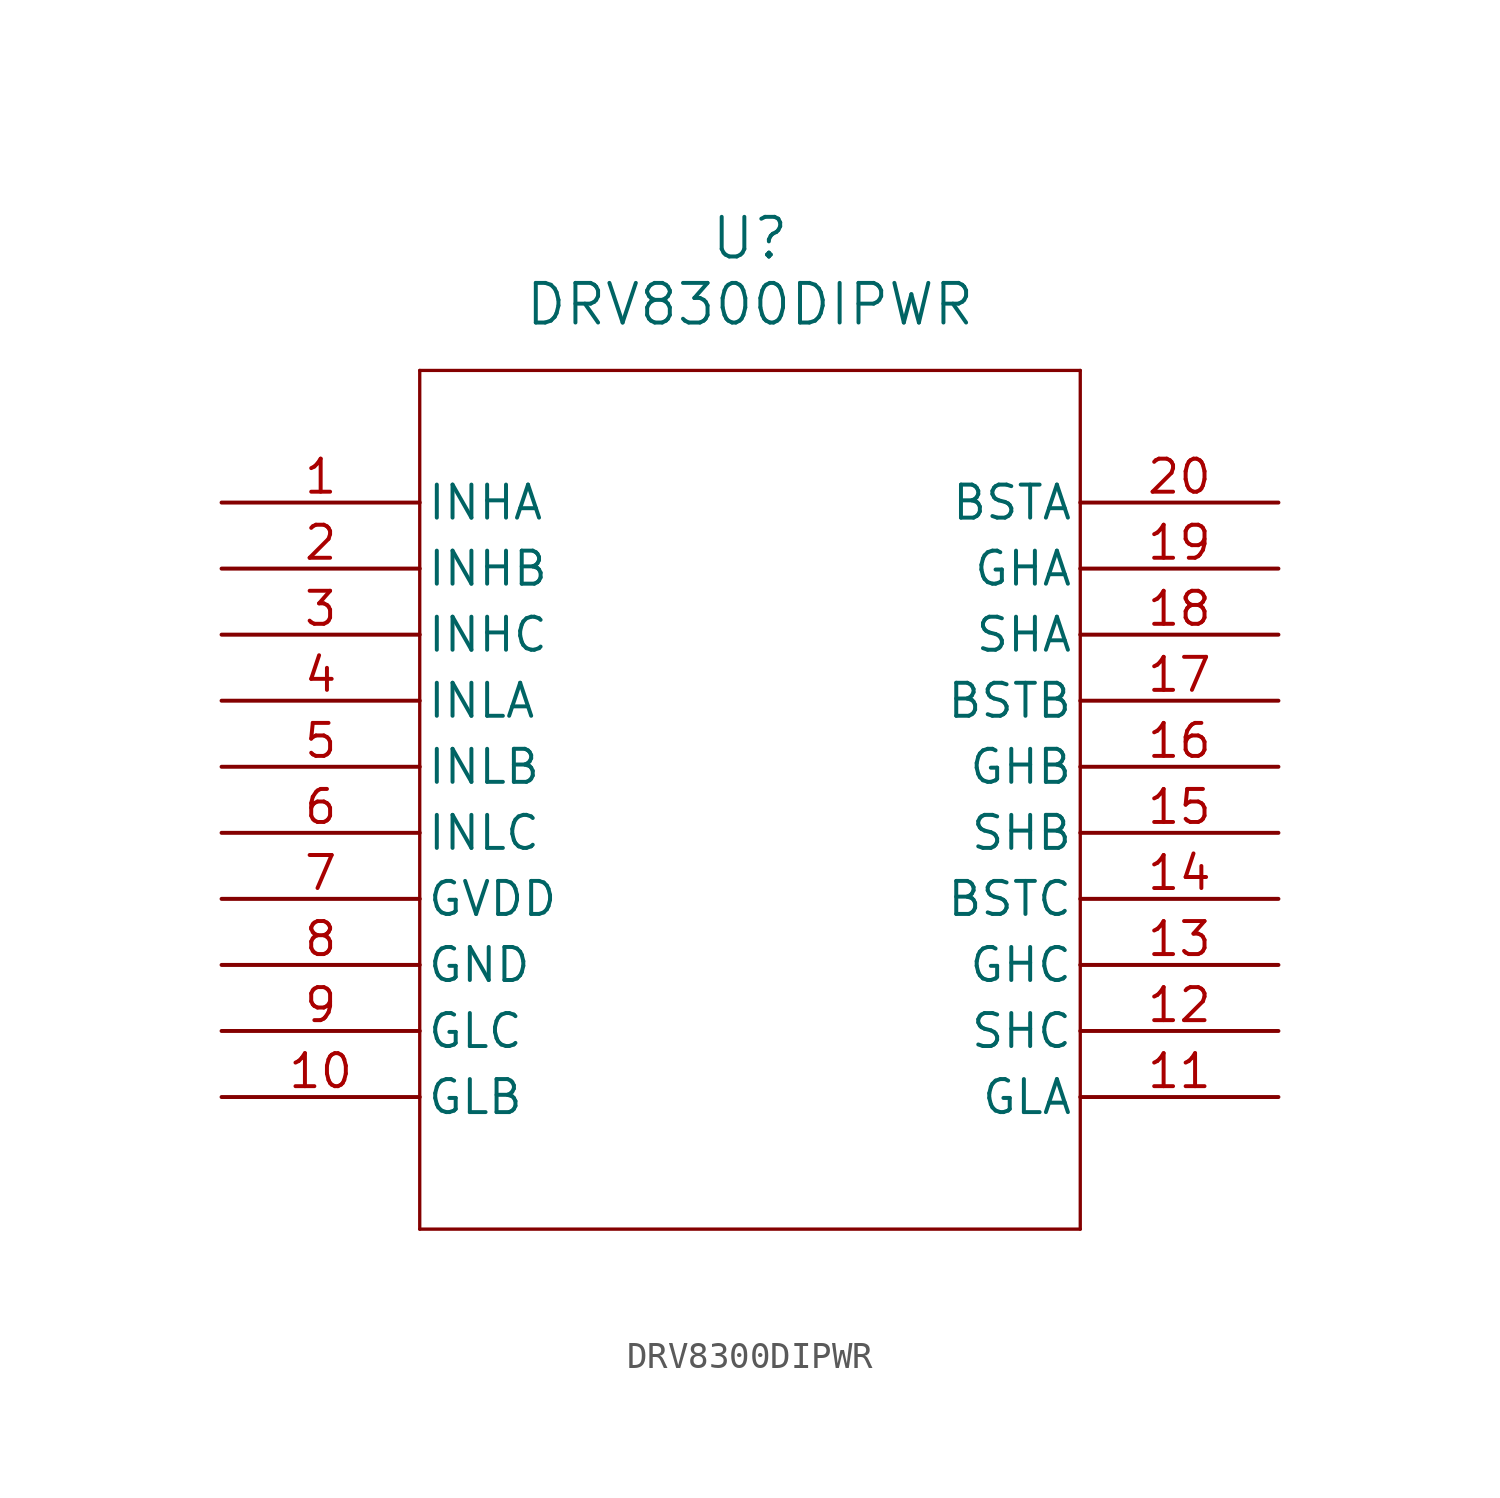
<source format=kicad_sym>
(kicad_symbol_lib
  (version 20211014)
  (generator kicad_symbol_editor)
  (symbol "DRV8300DIPWR"
    (pin_names
      (offset 0.254))
    (property "Reference" "U"
      (at 20.32 10.16 0)
      (effects (font (size 1.524 1.524))))
    (property "Value" "DRV8300DIPWR"
      (at 20.32 7.62 0)
      (effects (font (size 1.524 1.524))))
    (symbol "DRV8300DIPWR_0_1"
      (polyline (pts (xy 7.62 5.08) (xy 7.62 -27.94)) (stroke (width 0.127) (type default) (color 0 0 0 0)) (fill (type none)))
      (polyline (pts (xy 7.62 -27.94) (xy 33.02 -27.94)) (stroke (width 0.127) (type default) (color 0 0 0 0)) (fill (type none)))
      (polyline (pts (xy 33.02 -27.94) (xy 33.02 5.08)) (stroke (width 0.127) (type default) (color 0 0 0 0)) (fill (type none)))
      (polyline (pts (xy 33.02 5.08) (xy 7.62 5.08)) (stroke (width 0.127) (type default) (color 0 0 0 0)) (fill (type none)))
      (pin input line (at 0 0 0) (length 7.62) (name "INHA" (effects (font (size 1.27 1.27)))) (number "1" (effects (font (size 1.27 1.27)))))
      (pin input line (at 0 -2.54 0) (length 7.62) (name "INHB" (effects (font (size 1.27 1.27)))) (number "2" (effects (font (size 1.27 1.27)))))
      (pin input line (at 0 -5.08 0) (length 7.62) (name "INHC" (effects (font (size 1.27 1.27)))) (number "3" (effects (font (size 1.27 1.27)))))
      (pin input line (at 0 -7.62 0) (length 7.62) (name "INLA" (effects (font (size 1.27 1.27)))) (number "4" (effects (font (size 1.27 1.27)))))
      (pin input line (at 0 -10.16 0) (length 7.62) (name "INLB" (effects (font (size 1.27 1.27)))) (number "5" (effects (font (size 1.27 1.27)))))
      (pin input line (at 0 -12.7 0) (length 7.62) (name "INLC" (effects (font (size 1.27 1.27)))) (number "6" (effects (font (size 1.27 1.27)))))
      (pin power_in line (at 0 -15.24 0) (length 7.62) (name "GVDD" (effects (font (size 1.27 1.27)))) (number "7" (effects (font (size 1.27 1.27)))))
      (pin power_out line (at 0 -17.78 0) (length 7.62) (name "GND" (effects (font (size 1.27 1.27)))) (number "8" (effects (font (size 1.27 1.27)))))
      (pin unspecified line (at 0 -20.32 0) (length 7.62) (name "GLC" (effects (font (size 1.27 1.27)))) (number "9" (effects (font (size 1.27 1.27)))))
      (pin unspecified line (at 0 -22.86 0) (length 7.62) (name "GLB" (effects (font (size 1.27 1.27)))) (number "10" (effects (font (size 1.27 1.27)))))
      (pin unspecified line (at 40.64 -22.86 180) (length 7.62) (name "GLA" (effects (font (size 1.27 1.27)))) (number "11" (effects (font (size 1.27 1.27)))))
      (pin unspecified line (at 40.64 -20.32 180) (length 7.62) (name "SHC" (effects (font (size 1.27 1.27)))) (number "12" (effects (font (size 1.27 1.27)))))
      (pin unspecified line (at 40.64 -17.78 180) (length 7.62) (name "GHC" (effects (font (size 1.27 1.27)))) (number "13" (effects (font (size 1.27 1.27)))))
      (pin unspecified line (at 40.64 -15.24 180) (length 7.62) (name "BSTC" (effects (font (size 1.27 1.27)))) (number "14" (effects (font (size 1.27 1.27)))))
      (pin unspecified line (at 40.64 -12.7 180) (length 7.62) (name "SHB" (effects (font (size 1.27 1.27)))) (number "15" (effects (font (size 1.27 1.27)))))
      (pin unspecified line (at 40.64 -10.16 180) (length 7.62) (name "GHB" (effects (font (size 1.27 1.27)))) (number "16" (effects (font (size 1.27 1.27)))))
      (pin unspecified line (at 40.64 -7.62 180) (length 7.62) (name "BSTB" (effects (font (size 1.27 1.27)))) (number "17" (effects (font (size 1.27 1.27)))))
      (pin unspecified line (at 40.64 -5.08 180) (length 7.62) (name "SHA" (effects (font (size 1.27 1.27)))) (number "18" (effects (font (size 1.27 1.27)))))
      (pin unspecified line (at 40.64 -2.54 180) (length 7.62) (name "GHA" (effects (font (size 1.27 1.27)))) (number "19" (effects (font (size 1.27 1.27)))))
      (pin unspecified line (at 40.64 0 180) (length 7.62) (name "BSTA" (effects (font (size 1.27 1.27)))) (number "20" (effects (font (size 1.27 1.27))))))))
</source>
